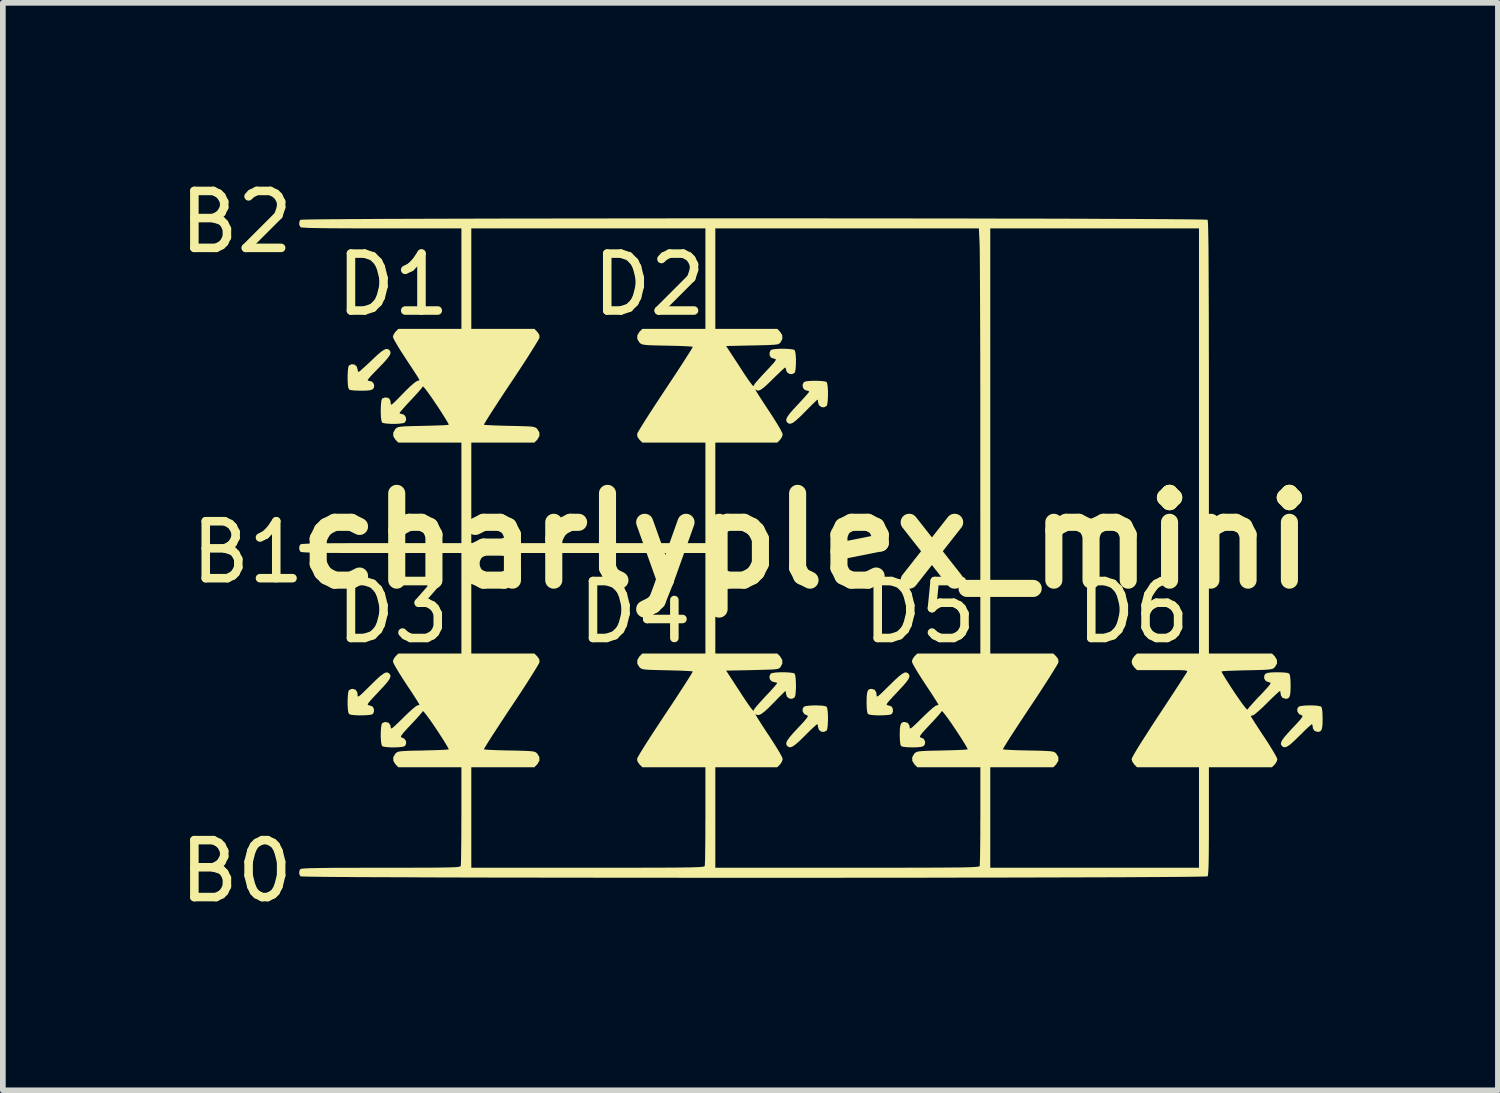
<source format=kicad_pcb>
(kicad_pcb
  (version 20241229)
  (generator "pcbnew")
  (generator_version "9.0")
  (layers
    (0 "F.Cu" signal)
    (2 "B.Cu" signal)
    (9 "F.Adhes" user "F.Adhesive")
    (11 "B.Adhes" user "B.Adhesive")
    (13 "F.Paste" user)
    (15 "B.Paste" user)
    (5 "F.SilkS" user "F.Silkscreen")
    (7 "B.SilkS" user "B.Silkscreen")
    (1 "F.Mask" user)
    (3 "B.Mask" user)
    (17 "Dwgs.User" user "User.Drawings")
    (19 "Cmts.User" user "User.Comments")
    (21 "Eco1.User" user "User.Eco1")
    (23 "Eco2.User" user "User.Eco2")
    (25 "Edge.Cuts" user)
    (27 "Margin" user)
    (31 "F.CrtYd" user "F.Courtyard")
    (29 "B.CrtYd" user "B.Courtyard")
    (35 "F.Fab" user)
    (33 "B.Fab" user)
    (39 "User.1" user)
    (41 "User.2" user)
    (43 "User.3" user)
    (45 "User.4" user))
  (footprint "charlyplex_mini"
    (layer "F.Cu")
    (at 11.101 6.448)
    (property "Reference" "charlyplex_mini" (at 0 0 0) (layer "F.SilkS") (effects (font (size 1.524 1.524) (thickness 0.3))))
    (attr board_only exclude_from_pos_files exclude_from_bom)
    (fp_poly (pts (xy 8.896 2.889) (xy 8.969 2.893) (xy 9.025 2.902) (xy 9.051 2.912) (xy 9.063 2.945) (xy 9.071 3.014) (xy 9.074 3.113) (xy 9.074 3.122) (xy 9.072 3.222) (xy 9.064 3.289) (xy 9.049 3.329) (xy 9.023 3.349) (xy 8.987 3.354) (xy 8.933 3.338) (xy 8.904 3.294) (xy 8.9 3.263) (xy 8.894 3.229) (xy 8.885 3.219) (xy 8.867 3.232) (xy 8.826 3.268) (xy 8.769 3.321) (xy 8.701 3.389) (xy 8.667 3.422) (xy 8.577 3.51) (xy 8.508 3.572) (xy 8.456 3.609) (xy 8.416 3.624) (xy 8.385 3.62) (xy 8.361 3.603) (xy 8.343 3.577) (xy 8.342 3.546) (xy 8.36 3.505) (xy 8.398 3.451) (xy 8.461 3.378) (xy 8.543 3.289) (xy 8.623 3.204) (xy 8.678 3.143) (xy 8.71 3.102) (xy 8.721 3.078) (xy 8.716 3.067) (xy 8.713 3.066) (xy 8.66 3.041) (xy 8.631 2.998) (xy 8.629 2.949) (xy 8.652 2.912) (xy 8.683 2.901) (xy 8.741 2.893) (xy 8.816 2.889)) (stroke (width 0) (type solid)) (fill yes) (layer "F.SilkS"))
    (fp_poly (pts (xy 0.209 2.889) (xy 0.283 2.893) (xy 0.339 2.902) (xy 0.365 2.912) (xy 0.376 2.943) (xy 0.384 3.002) (xy 0.388 3.077) (xy 0.388 3.159) (xy 0.384 3.235) (xy 0.377 3.296) (xy 0.366 3.33) (xy 0.365 3.331) (xy 0.318 3.355) (xy 0.269 3.349) (xy 0.23 3.318) (xy 0.213 3.266) (xy 0.213 3.263) (xy 0.208 3.229) (xy 0.198 3.219) (xy 0.18 3.232) (xy 0.14 3.268) (xy 0.083 3.321) (xy 0.014 3.389) (xy -0.019 3.422) (xy -0.109 3.51) (xy -0.178 3.572) (xy -0.231 3.609) (xy -0.27 3.624) (xy -0.301 3.62) (xy -0.326 3.603) (xy -0.343 3.577) (xy -0.344 3.546) (xy -0.327 3.505) (xy -0.288 3.451) (xy -0.226 3.378) (xy -0.143 3.289) (xy -0.063 3.204) (xy -0.009 3.143) (xy 0.023 3.102) (xy 0.035 3.078) (xy 0.029 3.067) (xy 0.026 3.066) (xy -0.027 3.041) (xy -0.056 2.998) (xy -0.057 2.949) (xy -0.035 2.912) (xy -0.004 2.901) (xy 0.055 2.893) (xy 0.13 2.889)) (stroke (width 0) (type solid)) (fill yes) (layer "F.SilkS"))
    (fp_poly (pts (xy -7.337 -3.367) (xy -7.314 -3.35) (xy -7.296 -3.325) (xy -7.294 -3.294) (xy -7.31 -3.255) (xy -7.348 -3.203) (xy -7.409 -3.134) (xy -7.495 -3.044) (xy -7.507 -3.031) (xy -7.588 -2.949) (xy -7.644 -2.889) (xy -7.678 -2.849) (xy -7.693 -2.826) (xy -7.691 -2.814) (xy -7.676 -2.811) (xy -7.618 -2.797) (xy -7.586 -2.756) (xy -7.581 -2.724) (xy -7.587 -2.687) (xy -7.607 -2.662) (xy -7.648 -2.646) (xy -7.717 -2.639) (xy -7.814 -2.637) (xy -7.916 -2.64) (xy -7.986 -2.647) (xy -8.022 -2.659) (xy -8.023 -2.66) (xy -8.035 -2.691) (xy -8.043 -2.75) (xy -8.047 -2.825) (xy -8.047 -2.907) (xy -8.043 -2.983) (xy -8.036 -3.044) (xy -8.025 -3.078) (xy -8.023 -3.079) (xy -7.977 -3.103) (xy -7.928 -3.097) (xy -7.889 -3.066) (xy -7.872 -3.014) (xy -7.872 -3.011) (xy -7.866 -2.977) (xy -7.855 -2.967) (xy -7.835 -2.979) (xy -7.794 -3.015) (xy -7.735 -3.068) (xy -7.664 -3.134) (xy -7.627 -3.169) (xy -7.534 -3.257) (xy -7.463 -3.318) (xy -7.409 -3.355) (xy -7.369 -3.371)) (stroke (width 0) (type solid)) (fill yes) (layer "F.SilkS"))
    (fp_poly (pts (xy 0.209 -2.811) (xy 0.283 -2.807) (xy 0.339 -2.799) (xy 0.365 -2.788) (xy 0.376 -2.757) (xy 0.384 -2.699) (xy 0.388 -2.623) (xy 0.388 -2.542) (xy 0.384 -2.465) (xy 0.377 -2.405) (xy 0.366 -2.371) (xy 0.365 -2.369) (xy 0.318 -2.345) (xy 0.269 -2.351) (xy 0.23 -2.383) (xy 0.213 -2.434) (xy 0.213 -2.437) (xy 0.21 -2.472) (xy 0.205 -2.482) (xy 0.189 -2.469) (xy 0.151 -2.433) (xy 0.095 -2.378) (xy 0.027 -2.31) (xy -0.014 -2.268) (xy -0.104 -2.178) (xy -0.174 -2.115) (xy -0.226 -2.075) (xy -0.266 -2.058) (xy -0.298 -2.059) (xy -0.325 -2.077) (xy -0.326 -2.079) (xy -0.343 -2.104) (xy -0.344 -2.135) (xy -0.327 -2.176) (xy -0.288 -2.231) (xy -0.226 -2.303) (xy -0.145 -2.39) (xy -0.075 -2.466) (xy -0.015 -2.532) (xy 0.03 -2.583) (xy 0.055 -2.615) (xy 0.058 -2.621) (xy 0.042 -2.634) (xy 0.023 -2.637) (xy -0.023 -2.653) (xy -0.052 -2.692) (xy -0.058 -2.742) (xy -0.036 -2.787) (xy -0.035 -2.788) (xy -0.004 -2.8) (xy 0.055 -2.808) (xy 0.13 -2.811)) (stroke (width 0) (type solid)) (fill yes) (layer "F.SilkS"))
    (fp_poly (pts (xy 1.792 2.324) (xy 1.799 2.331) (xy 1.817 2.356) (xy 1.818 2.386) (xy 1.802 2.426) (xy 1.764 2.479) (xy 1.704 2.549) (xy 1.618 2.641) (xy 1.607 2.653) (xy 1.527 2.738) (xy 1.471 2.799) (xy 1.436 2.84) (xy 1.421 2.865) (xy 1.42 2.879) (xy 1.433 2.885) (xy 1.437 2.886) (xy 1.484 2.899) (xy 1.508 2.913) (xy 1.528 2.951) (xy 1.528 3.001) (xy 1.508 3.04) (xy 1.478 3.052) (xy 1.419 3.059) (xy 1.344 3.063) (xy 1.262 3.064) (xy 1.186 3.06) (xy 1.125 3.053) (xy 1.091 3.041) (xy 1.09 3.04) (xy 1.077 3.007) (xy 1.069 2.939) (xy 1.066 2.839) (xy 1.066 2.831) (xy 1.068 2.731) (xy 1.076 2.664) (xy 1.092 2.623) (xy 1.117 2.603) (xy 1.154 2.598) (xy 1.207 2.614) (xy 1.236 2.659) (xy 1.241 2.704) (xy 1.242 2.724) (xy 1.249 2.733) (xy 1.265 2.727) (xy 1.294 2.705) (xy 1.339 2.663) (xy 1.405 2.598) (xy 1.469 2.535) (xy 1.564 2.442) (xy 1.636 2.376) (xy 1.692 2.334) (xy 1.733 2.312) (xy 1.765 2.31)) (stroke (width 0) (type solid)) (fill yes) (layer "F.SilkS"))
    (fp_poly (pts (xy -7.321 2.324) (xy -7.314 2.331) (xy -7.296 2.356) (xy -7.295 2.386) (xy -7.311 2.426) (xy -7.349 2.479) (xy -7.409 2.549) (xy -7.495 2.641) (xy -7.506 2.653) (xy -7.586 2.738) (xy -7.642 2.799) (xy -7.677 2.84) (xy -7.692 2.865) (xy -7.693 2.879) (xy -7.68 2.885) (xy -7.676 2.886) (xy -7.629 2.899) (xy -7.605 2.913) (xy -7.585 2.951) (xy -7.585 3.001) (xy -7.604 3.04) (xy -7.635 3.052) (xy -7.694 3.059) (xy -7.769 3.063) (xy -7.851 3.064) (xy -7.927 3.06) (xy -7.988 3.053) (xy -8.022 3.041) (xy -8.023 3.04) (xy -8.035 3.009) (xy -8.043 2.951) (xy -8.047 2.875) (xy -8.047 2.794) (xy -8.043 2.717) (xy -8.036 2.657) (xy -8.025 2.623) (xy -8.023 2.621) (xy -7.985 2.602) (xy -7.959 2.598) (xy -7.906 2.614) (xy -7.877 2.659) (xy -7.872 2.704) (xy -7.871 2.724) (xy -7.864 2.733) (xy -7.848 2.727) (xy -7.819 2.705) (xy -7.774 2.663) (xy -7.708 2.598) (xy -7.644 2.535) (xy -7.549 2.442) (xy -7.477 2.376) (xy -7.421 2.334) (xy -7.38 2.312) (xy -7.348 2.31)) (stroke (width 0) (type solid)) (fill yes) (layer "F.SilkS"))
    (fp_poly (pts (xy -0.307 -5.664) (xy 0.173 -5.664) (xy 0.649 -5.663) (xy 1.119 -5.663) (xy 1.583 -5.663) (xy 2.039 -5.662) (xy 2.485 -5.662) (xy 2.92 -5.661) (xy 3.341 -5.66) (xy 3.749 -5.659) (xy 4.14 -5.659) (xy 4.513 -5.658) (xy 4.867 -5.657) (xy 5.201 -5.655) (xy 5.512 -5.654) (xy 5.799 -5.653) (xy 6.061 -5.651) (xy 6.296 -5.65) (xy 6.502 -5.648) (xy 6.678 -5.647) (xy 6.822 -5.645) (xy 6.933 -5.643) (xy 7.009 -5.641) (xy 7.048 -5.639) (xy 7.054 -5.638) (xy 7.057 -5.627) (xy 7.059 -5.598) (xy 7.062 -5.551) (xy 7.064 -5.483) (xy 7.066 -5.394) (xy 7.068 -5.283) (xy 7.07 -5.148) (xy 7.071 -4.988) (xy 7.072 -4.801) (xy 7.073 -4.587) (xy 7.074 -4.344) (xy 7.075 -4.071) (xy 7.076 -3.767) (xy 7.076 -3.43) (xy 7.077 -3.058) (xy 7.077 -2.652) (xy 7.077 -2.209) (xy 7.077 -1.819) (xy 7.077 1.978) (xy 8.184 1.978) (xy 8.232 2.025) (xy 8.271 2.087) (xy 8.274 2.152) (xy 8.239 2.213) (xy 8.234 2.218) (xy 8.218 2.233) (xy 8.2 2.244) (xy 8.175 2.252) (xy 8.137 2.258) (xy 8.081 2.263) (xy 8.002 2.266) (xy 7.894 2.269) (xy 7.753 2.272) (xy 7.75 2.272) (xy 7.623 2.275) (xy 7.51 2.279) (xy 7.415 2.282) (xy 7.346 2.286) (xy 7.306 2.29) (xy 7.299 2.292) (xy 7.306 2.311) (xy 7.332 2.357) (xy 7.373 2.425) (xy 7.428 2.511) (xy 7.492 2.61) (xy 7.516 2.647) (xy 7.584 2.746) (xy 7.644 2.832) (xy 7.694 2.9) (xy 7.731 2.945) (xy 7.751 2.964) (xy 7.753 2.963) (xy 7.769 2.941) (xy 7.807 2.896) (xy 7.862 2.835) (xy 7.93 2.761) (xy 7.975 2.715) (xy 8.054 2.631) (xy 8.109 2.57) (xy 8.143 2.53) (xy 8.158 2.505) (xy 8.158 2.491) (xy 8.145 2.485) (xy 8.141 2.485) (xy 8.079 2.463) (xy 8.049 2.42) (xy 8.047 2.396) (xy 8.052 2.358) (xy 8.072 2.332) (xy 8.113 2.317) (xy 8.18 2.309) (xy 8.279 2.307) (xy 8.381 2.31) (xy 8.452 2.317) (xy 8.487 2.33) (xy 8.489 2.331) (xy 8.501 2.364) (xy 8.509 2.432) (xy 8.512 2.531) (xy 8.512 2.54) (xy 8.51 2.64) (xy 8.502 2.707) (xy 8.487 2.748) (xy 8.461 2.768) (xy 8.425 2.773) (xy 8.371 2.757) (xy 8.341 2.712) (xy 8.337 2.682) (xy 8.332 2.647) (xy 8.323 2.637) (xy 8.304 2.65) (xy 8.264 2.686) (xy 8.207 2.74) (xy 8.137 2.808) (xy 8.095 2.85) (xy 8.02 2.924) (xy 7.951 2.986) (xy 7.896 3.033) (xy 7.859 3.06) (xy 7.848 3.064) (xy 7.819 3.07) (xy 7.814 3.078) (xy 7.824 3.098) (xy 7.853 3.145) (xy 7.897 3.214) (xy 7.954 3.301) (xy 8.019 3.401) (xy 8.047 3.442) (xy 8.116 3.547) (xy 8.176 3.644) (xy 8.226 3.727) (xy 8.261 3.79) (xy 8.278 3.829) (xy 8.279 3.835) (xy 8.266 3.879) (xy 8.234 3.925) (xy 8.232 3.927) (xy 8.184 3.975) (xy 7.077 3.975) (xy 7.077 4.921) (xy 7.077 5.152) (xy 7.076 5.347) (xy 7.075 5.508) (xy 7.073 5.637) (xy 7.07 5.737) (xy 7.066 5.81) (xy 7.062 5.859) (xy 7.057 5.885) (xy 7.054 5.89) (xy 7.033 5.892) (xy 6.974 5.894) (xy 6.88 5.896) (xy 6.752 5.898) (xy 6.591 5.9) (xy 6.4 5.901) (xy 6.179 5.903) (xy 5.93 5.904) (xy 5.655 5.906) (xy 5.356 5.907) (xy 5.033 5.908) (xy 4.688 5.909) (xy 4.324 5.91) (xy 3.941 5.911) (xy 3.542 5.912) (xy 3.127 5.913) (xy 2.699 5.913) (xy 2.258 5.914) (xy 1.807 5.915) (xy 1.347 5.915) (xy 0.879 5.915) (xy 0.405 5.916) (xy -0.072 5.916) (xy -0.553 5.916) (xy -1.035 5.916) (xy -1.516 5.916) (xy -1.995 5.916) (xy -2.471 5.915) (xy -2.942 5.915) (xy -3.406 5.915) (xy -3.862 5.914) (xy -4.308 5.914) (xy -4.742 5.913) (xy -5.164 5.912) (xy -5.571 5.912) (xy -5.962 5.911) (xy -6.336 5.91) (xy -6.69 5.909) (xy -7.023 5.907) (xy -7.335 5.906) (xy -7.622 5.905) (xy -7.884 5.904) (xy -8.118 5.902) (xy -8.324 5.901) (xy -8.5 5.899) (xy -8.644 5.897) (xy -8.755 5.895) (xy -8.831 5.893) (xy -8.871 5.891) (xy -8.876 5.89) (xy -8.897 5.846) (xy -8.894 5.794) (xy -8.876 5.763) (xy -8.862 5.758) (xy -8.829 5.754) (xy -8.773 5.75) (xy -8.695 5.747) (xy -8.59 5.745) (xy -8.458 5.743) (xy -8.297 5.741) (xy -8.103 5.74) (xy -7.876 5.74) (xy -7.614 5.739) (xy -7.463 5.739) (xy -7.196 5.739) (xy -6.965 5.739) (xy -6.767 5.738) (xy -6.6 5.738) (xy -6.462 5.737) (xy -6.349 5.735) (xy -6.26 5.733) (xy -6.191 5.731) (xy -6.139 5.728) (xy -6.104 5.724) (xy -6.08 5.72) (xy -6.067 5.715) (xy -6.061 5.709) (xy -6.061 5.709) (xy -6.059 5.683) (xy -6.056 5.623) (xy -6.054 5.533) (xy -6.053 5.416) (xy -6.051 5.276) (xy -6.05 5.119) (xy -6.05 4.947) (xy -6.049 4.826) (xy -6.049 3.975) (xy -7.156 3.975) (xy -7.204 3.927) (xy -7.244 3.865) (xy -7.246 3.8) (xy -7.211 3.739) (xy -7.207 3.734) (xy -7.191 3.72) (xy -7.173 3.708) (xy -7.147 3.7) (xy -7.109 3.694) (xy -7.053 3.69) (xy -6.974 3.686) (xy -6.867 3.683) (xy -6.726 3.681) (xy -6.722 3.68) (xy -6.596 3.677) (xy -6.482 3.674) (xy -6.388 3.67) (xy -6.318 3.666) (xy -6.278 3.662) (xy -6.271 3.66) (xy -6.278 3.642) (xy -6.304 3.596) (xy -6.346 3.527) (xy -6.4 3.441) (xy -6.464 3.343) (xy -6.489 3.306) (xy -6.556 3.206) (xy -6.617 3.12) (xy -6.667 3.053) (xy -6.703 3.007) (xy -6.723 2.988) (xy -6.726 2.989) (xy -6.742 3.012) (xy -6.779 3.056) (xy -6.834 3.118) (xy -6.902 3.191) (xy -6.937 3.228) (xy -7.016 3.313) (xy -7.07 3.373) (xy -7.101 3.414) (xy -7.112 3.438) (xy -7.106 3.448) (xy -7.104 3.449) (xy -7.051 3.473) (xy -7.021 3.516) (xy -7.02 3.566) (xy -7.042 3.603) (xy -7.073 3.614) (xy -7.132 3.622) (xy -7.207 3.626) (xy -7.286 3.626) (xy -7.36 3.621) (xy -7.416 3.613) (xy -7.442 3.603) (xy -7.453 3.571) (xy -7.461 3.513) (xy -7.465 3.438) (xy -7.465 3.358) (xy -7.46 3.285) (xy -7.452 3.229) (xy -7.442 3.203) (xy -7.404 3.184) (xy -7.378 3.18) (xy -7.324 3.196) (xy -7.295 3.24) (xy -7.29 3.276) (xy -7.287 3.291) (xy -7.276 3.293) (xy -7.252 3.278) (xy -7.212 3.243) (xy -7.153 3.187) (xy -7.072 3.107) (xy -6.995 3.032) (xy -6.926 2.969) (xy -6.87 2.921) (xy -6.832 2.894) (xy -6.82 2.889) (xy -6.791 2.882) (xy -6.786 2.874) (xy -6.797 2.855) (xy -6.825 2.808) (xy -6.87 2.738) (xy -6.926 2.651) (xy -6.992 2.552) (xy -7.019 2.511) (xy -7.088 2.405) (xy -7.149 2.309) (xy -7.198 2.226) (xy -7.233 2.163) (xy -7.25 2.124) (xy -7.252 2.117) (xy -7.238 2.073) (xy -7.206 2.027) (xy -7.204 2.025) (xy -7.156 1.978) (xy -6.049 1.978) (xy -6.049 0.213) (xy -5.875 0.213) (xy -5.875 1.978) (xy -4.768 1.978) (xy -4.718 2.027) (xy -4.681 2.079) (xy -4.677 2.129) (xy -4.689 2.156) (xy -4.721 2.211) (xy -4.77 2.291) (xy -4.834 2.393) (xy -4.91 2.513) (xy -4.998 2.648) (xy -5.094 2.794) (xy -5.175 2.915) (xy -5.275 3.066) (xy -5.368 3.207) (xy -5.451 3.334) (xy -5.523 3.445) (xy -5.581 3.537) (xy -5.623 3.605) (xy -5.648 3.647) (xy -5.653 3.66) (xy -5.631 3.664) (xy -5.576 3.668) (xy -5.494 3.672) (xy -5.389 3.676) (xy -5.269 3.679) (xy -5.202 3.68) (xy -5.061 3.683) (xy -4.953 3.686) (xy -4.873 3.69) (xy -4.816 3.694) (xy -4.778 3.7) (xy -4.752 3.708) (xy -4.734 3.719) (xy -4.718 3.734) (xy -4.718 3.734) (xy -4.68 3.795) (xy -4.679 3.86) (xy -4.716 3.922) (xy -4.72 3.927) (xy -4.768 3.975) (xy -5.875 3.975) (xy -5.875 5.739) (xy -3.831 5.739) (xy -3.504 5.739) (xy -3.212 5.739) (xy -2.956 5.739) (xy -2.731 5.738) (xy -2.537 5.738) (xy -2.371 5.737) (xy -2.23 5.736) (xy -2.114 5.734) (xy -2.019 5.733) (xy -1.943 5.73) (xy -1.884 5.728) (xy -1.841 5.725) (xy -1.811 5.722) (xy -1.791 5.718) (xy -1.78 5.713) (xy -1.776 5.709) (xy -1.774 5.683) (xy -1.771 5.623) (xy -1.769 5.533) (xy -1.768 5.416) (xy -1.766 5.276) (xy -1.765 5.119) (xy -1.765 4.947) (xy -1.764 4.826) (xy -1.764 3.975) (xy -2.871 3.975) (xy -2.921 3.925) (xy -2.958 3.873) (xy -2.963 3.823) (xy -2.951 3.797) (xy -2.919 3.742) (xy -2.87 3.661) (xy -2.806 3.559) (xy -2.729 3.439) (xy -2.641 3.304) (xy -2.545 3.158) (xy -2.465 3.037) (xy -2.365 2.887) (xy -2.272 2.746) (xy -2.189 2.618) (xy -2.117 2.507) (xy -2.059 2.416) (xy -2.016 2.347) (xy -1.992 2.305) (xy -1.986 2.292) (xy -2.008 2.289) (xy -2.063 2.285) (xy -2.146 2.281) (xy -2.25 2.277) (xy -2.371 2.274) (xy -2.437 2.272) (xy -2.579 2.269) (xy -2.687 2.266) (xy -2.766 2.263) (xy -2.823 2.259) (xy -2.861 2.253) (xy -2.887 2.244) (xy -2.905 2.233) (xy -2.921 2.219) (xy -2.922 2.218) (xy -2.96 2.158) (xy -2.96 2.093) (xy -2.924 2.03) (xy -2.919 2.025) (xy -2.871 1.978) (xy -1.764 1.978) (xy -1.764 0.213) (xy -5.875 0.213) (xy -6.049 0.213) (xy -7.451 0.213) (xy -7.734 0.213) (xy -7.981 0.213) (xy -8.193 0.212) (xy -8.372 0.211) (xy -8.52 0.209) (xy -8.639 0.207) (xy -8.732 0.204) (xy -8.8 0.201) (xy -8.846 0.197) (xy -8.871 0.193) (xy -8.876 0.19) (xy -8.897 0.146) (xy -8.894 0.093) (xy -8.876 0.062) (xy -8.862 0.057) (xy -8.829 0.053) (xy -8.774 0.05) (xy -8.695 0.047) (xy -8.591 0.044) (xy -8.459 0.042) (xy -8.298 0.041) (xy -8.105 0.04) (xy -7.878 0.039) (xy -7.616 0.039) (xy -7.451 0.039) (xy -6.049 0.039) (xy -6.049 -1.726) (xy -7.156 -1.726) (xy -7.204 -1.773) (xy -7.244 -1.835) (xy -7.246 -1.9) (xy -7.211 -1.961) (xy -7.207 -1.966) (xy -7.191 -1.981) (xy -7.173 -1.992) (xy -7.147 -2) (xy -7.109 -2.006) (xy -7.053 -2.011) (xy -6.974 -2.014) (xy -6.867 -2.017) (xy -6.726 -2.02) (xy -6.722 -2.02) (xy -6.596 -2.023) (xy -6.482 -2.027) (xy -6.388 -2.03) (xy -6.318 -2.034) (xy -6.278 -2.038) (xy -6.271 -2.04) (xy -6.278 -2.059) (xy -6.304 -2.105) (xy -6.346 -2.173) (xy -6.4 -2.259) (xy -6.464 -2.358) (xy -6.489 -2.394) (xy -6.556 -2.494) (xy -6.617 -2.58) (xy -6.667 -2.648) (xy -6.703 -2.693) (xy -6.723 -2.712) (xy -6.726 -2.711) (xy -6.742 -2.689) (xy -6.779 -2.644) (xy -6.834 -2.582) (xy -6.901 -2.509) (xy -6.935 -2.473) (xy -7.005 -2.398) (xy -7.064 -2.333) (xy -7.108 -2.282) (xy -7.132 -2.252) (xy -7.135 -2.245) (xy -7.119 -2.232) (xy -7.1 -2.23) (xy -7.054 -2.214) (xy -7.025 -2.174) (xy -7.019 -2.125) (xy -7.041 -2.08) (xy -7.042 -2.079) (xy -7.073 -2.067) (xy -7.132 -2.059) (xy -7.207 -2.055) (xy -7.286 -2.055) (xy -7.36 -2.06) (xy -7.416 -2.068) (xy -7.442 -2.079) (xy -7.453 -2.109) (xy -7.461 -2.168) (xy -7.465 -2.243) (xy -7.465 -2.325) (xy -7.461 -2.401) (xy -7.454 -2.462) (xy -7.443 -2.496) (xy -7.442 -2.497) (xy -7.397 -2.518) (xy -7.345 -2.515) (xy -7.314 -2.497) (xy -7.296 -2.462) (xy -7.29 -2.418) (xy -7.289 -2.399) (xy -7.28 -2.393) (xy -7.262 -2.402) (xy -7.23 -2.43) (xy -7.18 -2.479) (xy -7.108 -2.553) (xy -7.084 -2.578) (xy -7.01 -2.653) (xy -6.941 -2.719) (xy -6.883 -2.769) (xy -6.844 -2.799) (xy -6.832 -2.804) (xy -6.797 -2.817) (xy -6.786 -2.828) (xy -6.797 -2.847) (xy -6.825 -2.894) (xy -6.87 -2.963) (xy -6.926 -3.049) (xy -6.992 -3.148) (xy -7.019 -3.19) (xy -7.088 -3.295) (xy -7.149 -3.392) (xy -7.198 -3.475) (xy -7.233 -3.538) (xy -7.25 -3.576) (xy -7.252 -3.583) (xy -7.238 -3.627) (xy -7.206 -3.673) (xy -7.204 -3.675) (xy -7.156 -3.723) (xy -6.049 -3.723) (xy -6.049 -5.487) (xy -5.875 -5.487) (xy -5.875 -3.723) (xy -4.768 -3.723) (xy -4.718 -3.673) (xy -4.681 -3.621) (xy -4.677 -3.571) (xy -4.689 -3.545) (xy -4.721 -3.49) (xy -4.77 -3.409) (xy -4.834 -3.307) (xy -4.91 -3.187) (xy -4.998 -3.052) (xy -5.094 -2.906) (xy -5.175 -2.785) (xy -5.275 -2.635) (xy -5.368 -2.494) (xy -5.451 -2.366) (xy -5.523 -2.255) (xy -5.581 -2.164) (xy -5.623 -2.095) (xy -5.648 -2.053) (xy -5.653 -2.04) (xy -5.631 -2.036) (xy -5.576 -2.033) (xy -5.494 -2.029) (xy -5.389 -2.025) (xy -5.269 -2.021) (xy -5.202 -2.02) (xy -5.061 -2.017) (xy -4.953 -2.014) (xy -4.873 -2.011) (xy -4.816 -2.007) (xy -4.778 -2) (xy -4.752 -1.992) (xy -4.734 -1.981) (xy -4.718 -1.967) (xy -4.718 -1.966) (xy -4.68 -1.906) (xy -4.679 -1.841) (xy -4.716 -1.778) (xy -4.72 -1.773) (xy -4.768 -1.726) (xy -5.875 -1.726) (xy -5.875 0.039) (xy -1.764 0.039) (xy -1.764 -1.726) (xy -2.871 -1.726) (xy -2.921 -1.775) (xy -2.958 -1.827) (xy -2.963 -1.877) (xy -2.951 -1.904) (xy -2.919 -1.959) (xy -2.87 -2.039) (xy -2.806 -2.141) (xy -2.729 -2.261) (xy -2.641 -2.396) (xy -2.545 -2.542) (xy -2.465 -2.663) (xy -2.365 -2.814) (xy -2.272 -2.954) (xy -2.189 -3.082) (xy -2.117 -3.193) (xy -2.059 -3.285) (xy -2.016 -3.353) (xy -1.992 -3.395) (xy -1.986 -3.408) (xy -2.008 -3.412) (xy -2.063 -3.416) (xy -2.146 -3.42) (xy -2.25 -3.424) (xy -2.371 -3.427) (xy -2.437 -3.428) (xy -2.579 -3.431) (xy -2.687 -3.434) (xy -2.766 -3.437) (xy -2.823 -3.442) (xy -2.861 -3.448) (xy -2.887 -3.456) (xy -2.905 -3.467) (xy -2.921 -3.482) (xy -2.922 -3.482) (xy -2.96 -3.543) (xy -2.96 -3.608) (xy -2.924 -3.67) (xy -2.919 -3.675) (xy -2.871 -3.723) (xy -1.764 -3.723) (xy -1.764 -5.487) (xy -1.59 -5.487) (xy -1.59 -3.723) (xy -0.502 -3.723) (xy -0.455 -3.675) (xy -0.415 -3.613) (xy -0.413 -3.547) (xy -0.444 -3.487) (xy -0.457 -3.473) (xy -0.472 -3.462) (xy -0.494 -3.453) (xy -0.529 -3.447) (xy -0.581 -3.443) (xy -0.655 -3.439) (xy -0.756 -3.436) (xy -0.889 -3.433) (xy -0.941 -3.432) (xy -1.4 -3.422) (xy -1.17 -3.07) (xy -1.089 -2.945) (xy -1.026 -2.851) (xy -0.979 -2.785) (xy -0.946 -2.742) (xy -0.926 -2.722) (xy -0.915 -2.72) (xy -0.911 -2.734) (xy -0.911 -2.736) (xy -0.899 -2.757) (xy -0.863 -2.8) (xy -0.81 -2.86) (xy -0.744 -2.932) (xy -0.705 -2.973) (xy -0.628 -3.056) (xy -0.574 -3.115) (xy -0.542 -3.154) (xy -0.528 -3.178) (xy -0.53 -3.191) (xy -0.544 -3.196) (xy -0.545 -3.196) (xy -0.592 -3.21) (xy -0.616 -3.223) (xy -0.637 -3.261) (xy -0.636 -3.312) (xy -0.617 -3.35) (xy -0.586 -3.362) (xy -0.527 -3.37) (xy -0.452 -3.374) (xy -0.37 -3.374) (xy -0.294 -3.37) (xy -0.233 -3.363) (xy -0.199 -3.352) (xy -0.198 -3.35) (xy -0.186 -3.319) (xy -0.178 -3.261) (xy -0.174 -3.186) (xy -0.175 -3.106) (xy -0.179 -3.033) (xy -0.187 -2.977) (xy -0.198 -2.951) (xy -0.243 -2.928) (xy -0.292 -2.933) (xy -0.332 -2.962) (xy -0.349 -3.008) (xy -0.349 -3.009) (xy -0.356 -3.039) (xy -0.364 -3.044) (xy -0.382 -3.031) (xy -0.422 -2.995) (xy -0.479 -2.941) (xy -0.548 -2.874) (xy -0.582 -2.841) (xy -0.671 -2.753) (xy -0.74 -2.692) (xy -0.792 -2.654) (xy -0.831 -2.639) (xy -0.863 -2.643) (xy -0.89 -2.661) (xy -0.887 -2.653) (xy -0.865 -2.616) (xy -0.827 -2.555) (xy -0.775 -2.474) (xy -0.712 -2.378) (xy -0.661 -2.301) (xy -0.577 -2.173) (xy -0.508 -2.062) (xy -0.455 -1.973) (xy -0.421 -1.908) (xy -0.407 -1.872) (xy -0.407 -1.869) (xy -0.421 -1.822) (xy -0.453 -1.775) (xy -0.455 -1.773) (xy -0.502 -1.726) (xy -1.59 -1.726) (xy -1.59 1.978) (xy -0.502 1.978) (xy -0.455 2.025) (xy -0.415 2.088) (xy -0.413 2.154) (xy -0.444 2.213) (xy -0.457 2.228) (xy -0.472 2.239) (xy -0.494 2.247) (xy -0.529 2.253) (xy -0.581 2.258) (xy -0.655 2.261) (xy -0.756 2.264) (xy -0.889 2.267) (xy -0.941 2.269) (xy -1.4 2.278) (xy -1.17 2.631) (xy -1.089 2.755) (xy -1.026 2.849) (xy -0.979 2.916) (xy -0.946 2.958) (xy -0.926 2.979) (xy -0.915 2.981) (xy -0.911 2.966) (xy -0.911 2.965) (xy -0.899 2.944) (xy -0.864 2.901) (xy -0.811 2.84) (xy -0.745 2.768) (xy -0.708 2.728) (xy -0.637 2.653) (xy -0.577 2.587) (xy -0.533 2.536) (xy -0.508 2.504) (xy -0.504 2.498) (xy -0.521 2.485) (xy -0.549 2.482) (xy -0.601 2.466) (xy -0.633 2.428) (xy -0.641 2.38) (xy -0.619 2.333) (xy -0.617 2.331) (xy -0.586 2.319) (xy -0.527 2.311) (xy -0.452 2.307) (xy -0.37 2.307) (xy -0.294 2.311) (xy -0.233 2.318) (xy -0.199 2.329) (xy -0.198 2.331) (xy -0.186 2.361) (xy -0.179 2.42) (xy -0.175 2.496) (xy -0.174 2.577) (xy -0.178 2.653) (xy -0.185 2.714) (xy -0.197 2.748) (xy -0.198 2.749) (xy -0.244 2.774) (xy -0.293 2.767) (xy -0.332 2.736) (xy -0.349 2.685) (xy -0.349 2.682) (xy -0.353 2.647) (xy -0.359 2.637) (xy -0.375 2.65) (xy -0.413 2.687) (xy -0.468 2.741) (xy -0.534 2.809) (xy -0.565 2.841) (xy -0.657 2.934) (xy -0.729 2.999) (xy -0.784 3.04) (xy -0.827 3.058) (xy -0.861 3.056) (xy -0.885 3.041) (xy -0.884 3.049) (xy -0.864 3.085) (xy -0.827 3.145) (xy -0.776 3.226) (xy -0.713 3.322) (xy -0.662 3.399) (xy -0.578 3.528) (xy -0.508 3.639) (xy -0.455 3.728) (xy -0.421 3.793) (xy -0.407 3.829) (xy -0.407 3.831) (xy -0.421 3.878) (xy -0.453 3.925) (xy -0.455 3.927) (xy -0.502 3.975) (xy -1.59 3.975) (xy -1.59 5.739) (xy 0.725 5.739) (xy 1.075 5.739) (xy 1.388 5.739) (xy 1.667 5.739) (xy 1.913 5.738) (xy 2.128 5.738) (xy 2.315 5.737) (xy 2.474 5.736) (xy 2.61 5.735) (xy 2.722 5.734) (xy 2.814 5.732) (xy 2.888 5.73) (xy 2.945 5.727) (xy 2.987 5.724) (xy 3.017 5.721) (xy 3.036 5.717) (xy 3.047 5.713) (xy 3.052 5.709) (xy 3.052 5.709) (xy 3.054 5.683) (xy 3.056 5.623) (xy 3.059 5.533) (xy 3.06 5.416) (xy 3.062 5.276) (xy 3.063 5.119) (xy 3.063 4.947) (xy 3.064 4.826) (xy 3.064 3.975) (xy 1.957 3.975) (xy 1.909 3.927) (xy 1.869 3.865) (xy 1.867 3.8) (xy 1.902 3.739) (xy 1.906 3.734) (xy 1.922 3.72) (xy 1.94 3.708) (xy 1.966 3.7) (xy 2.004 3.694) (xy 2.06 3.69) (xy 2.139 3.686) (xy 2.246 3.683) (xy 2.387 3.681) (xy 2.391 3.68) (xy 2.517 3.677) (xy 2.631 3.674) (xy 2.725 3.67) (xy 2.795 3.666) (xy 2.835 3.662) (xy 2.841 3.66) (xy 2.835 3.642) (xy 2.809 3.596) (xy 2.767 3.527) (xy 2.713 3.441) (xy 2.649 3.343) (xy 2.624 3.306) (xy 2.557 3.206) (xy 2.496 3.12) (xy 2.446 3.053) (xy 2.41 3.007) (xy 2.39 2.988) (xy 2.387 2.989) (xy 2.371 3.012) (xy 2.334 3.056) (xy 2.279 3.118) (xy 2.211 3.191) (xy 2.176 3.228) (xy 2.097 3.313) (xy 2.043 3.373) (xy 2.012 3.414) (xy 2.001 3.438) (xy 2.007 3.448) (xy 2.009 3.449) (xy 2.067 3.474) (xy 2.093 3.52) (xy 2.094 3.537) (xy 2.088 3.576) (xy 2.067 3.602) (xy 2.025 3.617) (xy 1.955 3.624) (xy 1.871 3.626) (xy 1.774 3.623) (xy 1.706 3.615) (xy 1.672 3.603) (xy 1.671 3.603) (xy 1.659 3.569) (xy 1.651 3.502) (xy 1.648 3.406) (xy 1.648 3.403) (xy 1.65 3.305) (xy 1.659 3.24) (xy 1.676 3.201) (xy 1.704 3.183) (xy 1.735 3.18) (xy 1.789 3.196) (xy 1.818 3.24) (xy 1.823 3.276) (xy 1.826 3.291) (xy 1.837 3.293) (xy 1.861 3.278) (xy 1.901 3.243) (xy 1.96 3.187) (xy 2.041 3.107) (xy 2.118 3.032) (xy 2.187 2.969) (xy 2.243 2.921) (xy 2.281 2.894) (xy 2.293 2.889) (xy 2.322 2.882) (xy 2.327 2.874) (xy 2.316 2.855) (xy 2.288 2.808) (xy 2.243 2.738) (xy 2.187 2.651) (xy 2.121 2.552) (xy 2.094 2.511) (xy 2.025 2.405) (xy 1.964 2.309) (xy 1.915 2.226) (xy 1.88 2.163) (xy 1.863 2.124) (xy 1.861 2.117) (xy 1.875 2.073) (xy 1.907 2.027) (xy 1.909 2.025) (xy 1.957 1.978) (xy 3.064 1.978) (xy 3.063 -1.478) (xy 3.063 -1.846) (xy 3.063 -2.206) (xy 3.063 -2.556) (xy 3.062 -2.894) (xy 3.062 -3.218) (xy 3.061 -3.525) (xy 3.06 -3.814) (xy 3.059 -4.082) (xy 3.058 -4.327) (xy 3.057 -4.547) (xy 3.056 -4.74) (xy 3.055 -4.904) (xy 3.054 -5.036) (xy 3.053 -5.134) (xy 3.051 -5.197) (xy 3.051 -5.211) (xy 3.038 -5.487) (xy 3.238 -5.487) (xy 3.238 1.978) (xy 4.345 1.978) (xy 4.395 2.027) (xy 4.432 2.079) (xy 4.436 2.129) (xy 4.424 2.156) (xy 4.392 2.211) (xy 4.343 2.291) (xy 4.279 2.393) (xy 4.202 2.513) (xy 4.115 2.648) (xy 4.019 2.794) (xy 3.938 2.915) (xy 3.838 3.066) (xy 3.745 3.207) (xy 3.662 3.334) (xy 3.59 3.445) (xy 3.532 3.537) (xy 3.49 3.605) (xy 3.465 3.647) (xy 3.46 3.66) (xy 3.482 3.664) (xy 3.537 3.668) (xy 3.619 3.672) (xy 3.724 3.676) (xy 3.844 3.679) (xy 3.911 3.68) (xy 4.052 3.683) (xy 4.16 3.686) (xy 4.24 3.69) (xy 4.297 3.694) (xy 4.335 3.7) (xy 4.361 3.708) (xy 4.379 3.719) (xy 4.395 3.734) (xy 4.395 3.734) (xy 4.433 3.795) (xy 4.434 3.86) (xy 4.397 3.922) (xy 4.393 3.927) (xy 4.345 3.975) (xy 3.238 3.975) (xy 3.238 5.739) (xy 6.903 5.739) (xy 6.903 3.975) (xy 5.815 3.975) (xy 5.767 3.927) (xy 5.734 3.881) (xy 5.72 3.834) (xy 5.72 3.832) (xy 5.731 3.804) (xy 5.762 3.746) (xy 5.813 3.66) (xy 5.883 3.547) (xy 5.97 3.411) (xy 6.072 3.252) (xy 6.19 3.072) (xy 6.194 3.066) (xy 6.293 2.916) (xy 6.386 2.774) (xy 6.471 2.645) (xy 6.545 2.531) (xy 6.606 2.437) (xy 6.652 2.366) (xy 6.681 2.322) (xy 6.689 2.308) (xy 6.695 2.296) (xy 6.694 2.286) (xy 6.682 2.279) (xy 6.655 2.274) (xy 6.608 2.271) (xy 6.537 2.269) (xy 6.437 2.269) (xy 6.304 2.269) (xy 6.263 2.269) (xy 5.815 2.269) (xy 5.767 2.221) (xy 5.734 2.174) (xy 5.72 2.125) (xy 5.72 2.123) (xy 5.733 2.075) (xy 5.766 2.027) (xy 5.767 2.025) (xy 5.815 1.978) (xy 6.903 1.978) (xy 6.903 -5.487) (xy 3.238 -5.487) (xy 3.038 -5.487) (xy -1.59 -5.487) (xy -1.764 -5.487) (xy -5.875 -5.487) (xy -6.049 -5.487) (xy -7.451 -5.487) (xy -7.734 -5.487) (xy -7.981 -5.488) (xy -8.193 -5.489) (xy -8.372 -5.49) (xy -8.52 -5.492) (xy -8.639 -5.494) (xy -8.732 -5.496) (xy -8.8 -5.5) (xy -8.846 -5.503) (xy -8.871 -5.508) (xy -8.876 -5.51) (xy -8.897 -5.555) (xy -8.894 -5.607) (xy -8.876 -5.638) (xy -8.855 -5.64) (xy -8.797 -5.642) (xy -8.703 -5.644) (xy -8.575 -5.646) (xy -8.414 -5.648) (xy -8.222 -5.649) (xy -8.002 -5.651) (xy -7.753 -5.652) (xy -7.478 -5.654) (xy -7.178 -5.655) (xy -6.855 -5.656) (xy -6.511 -5.657) (xy -6.147 -5.658) (xy -5.764 -5.659) (xy -5.365 -5.66) (xy -4.95 -5.661) (xy -4.521 -5.661) (xy -4.081 -5.662) (xy -3.629 -5.662) (xy -3.169 -5.663) (xy -2.702 -5.663) (xy -2.228 -5.664) (xy -1.75 -5.664) (xy -1.27 -5.664) (xy -0.788 -5.664)) (stroke (width 0) (type solid)) (fill yes) (layer "F.SilkS"))
    (fp_text user "B1" (at -9.8 0.2 0) (unlocked yes) (layer "F.SilkS") (effects (font (size 1 1) (thickness 0.15))))
    (fp_text user "D5" (at 2 1.25 0) (unlocked yes) (layer "F.SilkS") (effects (font (size 1 1) (thickness 0.15))))
    (fp_text user "B0" (at -10 5.8 0) (unlocked yes) (layer "F.SilkS") (effects (font (size 1 1) (thickness 0.15))))
    (fp_text user "B2" (at -10 -5.6 0) (unlocked yes) (layer "F.SilkS") (effects (font (size 1 1) (thickness 0.15))))
    (fp_text user "D3" (at -7.25 1.25 0) (unlocked yes) (layer "F.SilkS") (effects (font (size 1 1) (thickness 0.15))))
    (fp_text user "D1" (at -7.25 -4.5 0) (unlocked yes) (layer "F.SilkS") (effects (font (size 1 1) (thickness 0.15))))
    (fp_text user "D4" (at -3 1.25 0) (unlocked yes) (layer "F.SilkS") (effects (font (size 1 1) (thickness 0.15))))
    (fp_text user "D6" (at 5.75 1.25 0) (unlocked yes) (layer "F.SilkS") (effects (font (size 1 1) (thickness 0.15))))
    (fp_text user "D2" (at -2.75 -4.5 0) (unlocked yes) (layer "F.SilkS") (effects (font (size 1 1) (thickness 0.15)))))
  (gr_rect
    (start -3 -3)
    (end 23.253 16.096)
    (stroke (width 0.1) (type default))
    (fill no)
    (layer "Edge.Cuts")))
</source>
